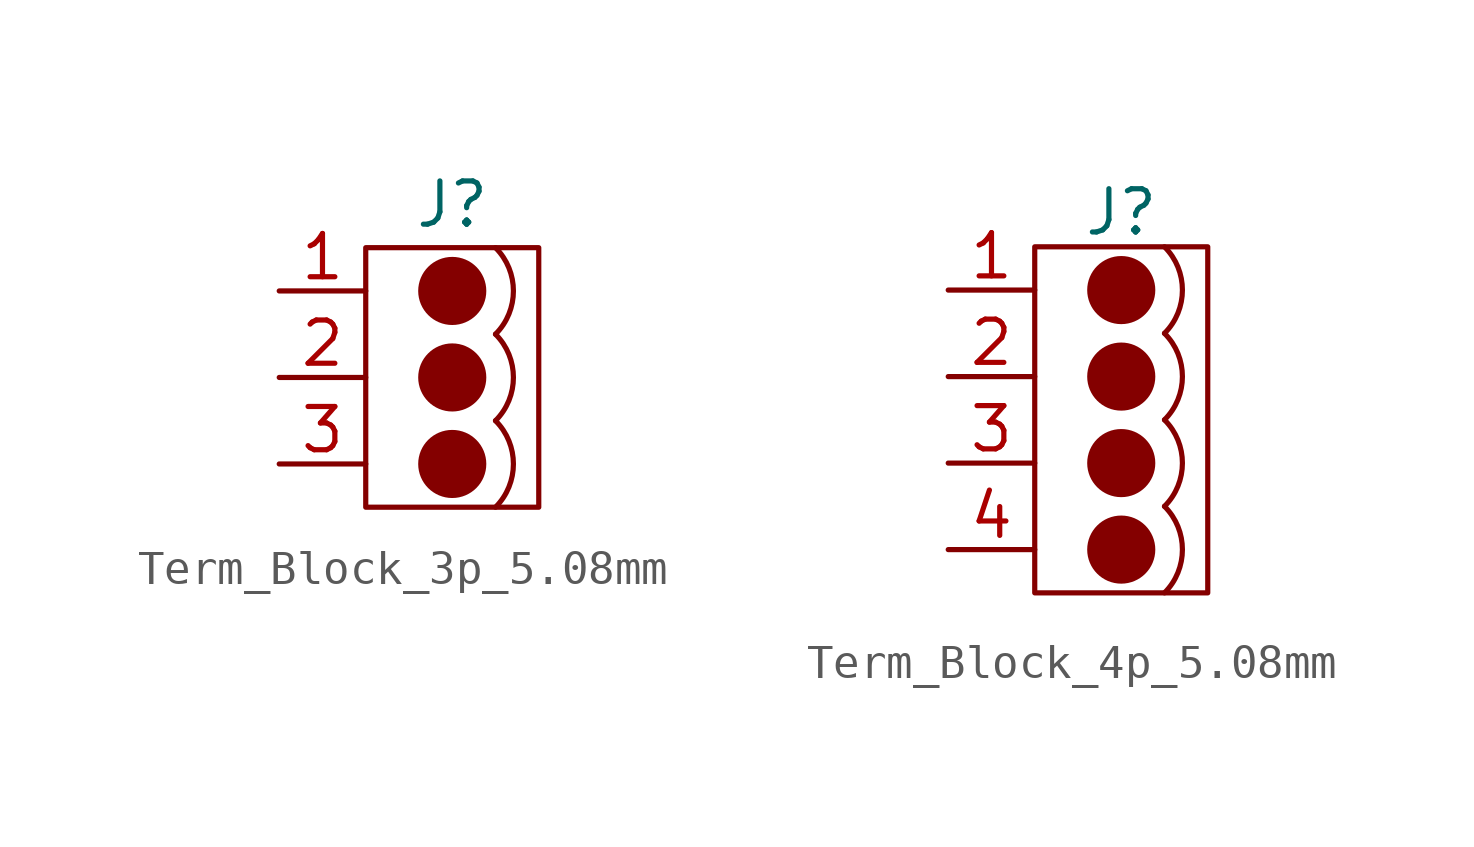
<source format=kicad_sym>
(kicad_symbol_lib
  (version 20241209)
  (generator "kicad_symbol_editor")
  (generator_version "9.0")
  (symbol "Term_Block_3p_5.08mm"
    (property "Reference" "J"
      (at 0 5.08 0)
      (effects (font (size 1.27 1.27))))
    (property "Value" ""
      (at 0 0 0)
      (effects (font (size 1.27 1.27))))
    (symbol "Term_Block_3p_5.08mm_0_1"
      (rectangle (start -2.54 3.81) (end 2.54 -3.81) (stroke (width 0) (type default)) (fill (type none)))
      (arc (start 1.27 3.81) (mid 1.7961 2.54) (end 1.27 1.27) (stroke (width 0) (type default)) (fill (type none)))
      (arc (start 1.27 1.27) (mid 1.7961 0) (end 1.27 -1.27) (stroke (width 0) (type default)) (fill (type none)))
      (arc (start 1.27 -1.27) (mid 1.7961 -2.54) (end 1.27 -3.81) (stroke (width 0) (type default)) (fill (type none))))
    (symbol "Term_Block_3p_5.08mm_1_1"
      (circle (center 0 2.54) (radius 0.0001) (stroke (width 1) (type solid)) (fill (type none)))
      (circle (center 0 0) (radius 0.0001) (stroke (width 1) (type solid)) (fill (type none)))
      (circle (center 0 -2.54) (radius 0.0001) (stroke (width 1) (type solid)) (fill (type none)))
      (pin passive line (at -5.08 2.54 0) (length 2.54) (name "" (effects (font (size 1.27 1.27)))) (number "1" (effects (font (size 1.27 1.27)))))
      (pin passive line (at -5.08 0 0) (length 2.54) (name "" (effects (font (size 1.27 1.27)))) (number "2" (effects (font (size 1.27 1.27)))))
      (pin passive line (at -5.08 -2.54 0) (length 2.54) (name "" (effects (font (size 1.27 1.27)))) (number "3" (effects (font (size 1.27 1.27)))))))
  (symbol "Term_Block_4p_5.08mm"
    (property "Reference" "J"
      (at 0 6.096 0)
      (effects (font (size 1.27 1.27))))
    (property "Value" ""
      (at 0 0 0)
      (effects (font (size 1.27 1.27))))
    (symbol "Term_Block_4p_5.08mm_0_1"
      (rectangle (start -2.54 5.08) (end 2.54 -5.08) (stroke (width 0) (type default)) (fill (type none)))
      (arc (start 1.27 5.08) (mid 1.7961 3.81) (end 1.27 2.54) (stroke (width 0) (type default)) (fill (type none)))
      (arc (start 1.27 2.54) (mid 1.7961 1.27) (end 1.27 0) (stroke (width 0) (type default)) (fill (type none)))
      (arc (start 1.27 0) (mid 1.7961 -1.27) (end 1.27 -2.54) (stroke (width 0) (type default)) (fill (type none)))
      (arc (start 1.27 -2.54) (mid 1.7961 -3.81) (end 1.27 -5.08) (stroke (width 0) (type default)) (fill (type none))))
    (symbol "Term_Block_4p_5.08mm_1_1"
      (circle (center 0 3.81) (radius 0.0001) (stroke (width 1) (type solid)) (fill (type none)))
      (circle (center 0 1.27) (radius 0.0001) (stroke (width 1) (type solid)) (fill (type none)))
      (circle (center 0 -1.27) (radius 0.0001) (stroke (width 1) (type solid)) (fill (type none)))
      (circle (center 0 -3.81) (radius 0.0001) (stroke (width 1) (type solid)) (fill (type none)))
      (pin passive line (at -5.08 3.81 0) (length 2.54) (name "" (effects (font (size 1.27 1.27)))) (number "1" (effects (font (size 1.27 1.27)))))
      (pin passive line (at -5.08 1.27 0) (length 2.54) (name "" (effects (font (size 1.27 1.27)))) (number "2" (effects (font (size 1.27 1.27)))))
      (pin passive line (at -5.08 -1.27 0) (length 2.54) (name "" (effects (font (size 1.27 1.27)))) (number "3" (effects (font (size 1.27 1.27)))))
      (pin passive line (at -5.08 -3.81 0) (length 2.54) (name "" (effects (font (size 1.27 1.27)))) (number "4" (effects (font (size 1.27 1.27))))))))
</source>
